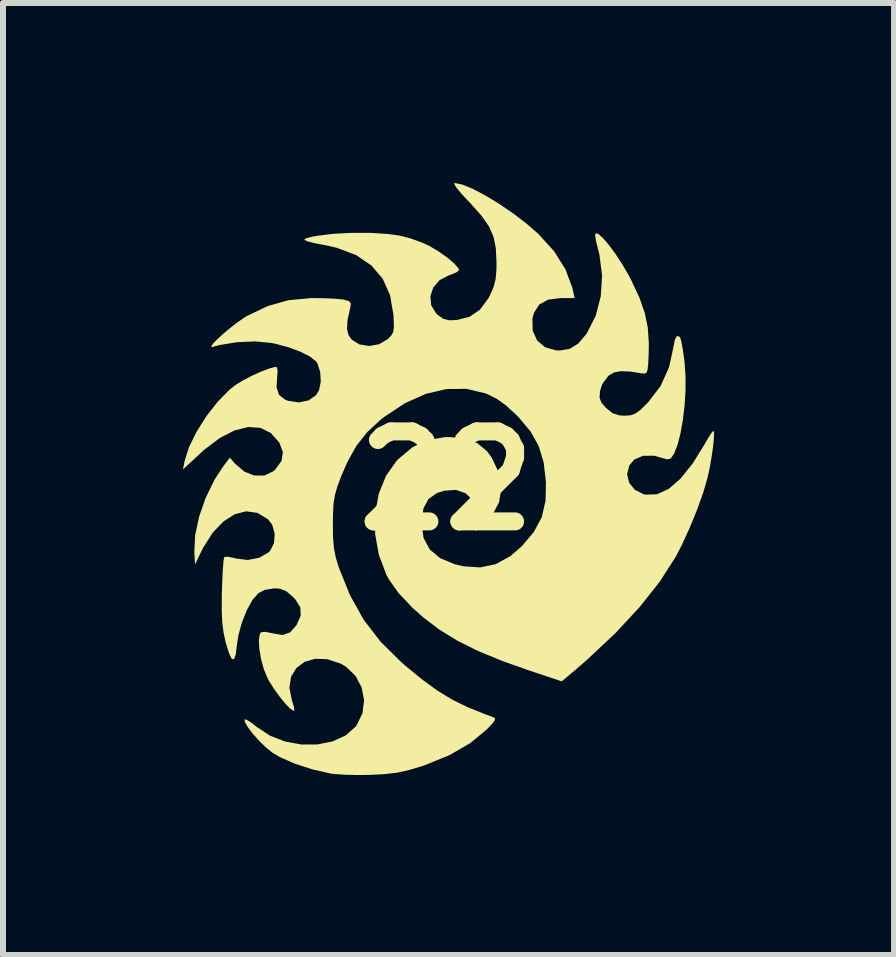
<source format=kicad_pcb>
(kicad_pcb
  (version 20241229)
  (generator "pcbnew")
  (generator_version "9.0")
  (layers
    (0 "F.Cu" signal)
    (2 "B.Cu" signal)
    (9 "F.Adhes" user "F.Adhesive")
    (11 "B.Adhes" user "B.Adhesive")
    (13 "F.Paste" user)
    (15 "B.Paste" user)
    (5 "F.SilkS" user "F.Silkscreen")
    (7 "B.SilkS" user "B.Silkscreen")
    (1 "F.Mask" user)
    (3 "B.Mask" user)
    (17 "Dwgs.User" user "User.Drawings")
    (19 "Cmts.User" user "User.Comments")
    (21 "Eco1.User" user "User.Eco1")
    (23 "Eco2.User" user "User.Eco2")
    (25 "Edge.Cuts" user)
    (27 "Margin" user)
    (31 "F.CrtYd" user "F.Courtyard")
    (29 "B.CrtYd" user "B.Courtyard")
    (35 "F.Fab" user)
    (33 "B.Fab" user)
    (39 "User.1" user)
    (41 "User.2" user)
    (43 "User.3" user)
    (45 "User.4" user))
  (footprint "22"
    (layer "F.Cu")
    (at 4.393 4.963)
    (property "Reference" "22" (at 0 0 0) (layer "F.SilkS") (effects (font (size 1.5 1.5) (thickness 0.3))))
    (attr board_only exclude_from_pos_files exclude_from_bom)
    (fp_poly (pts (xy 0.263 -4.937) (xy 0.44 -4.864) (xy 0.651 -4.753) (xy 0.88 -4.613) (xy 1.115 -4.453) (xy 1.339 -4.281) (xy 1.538 -4.107) (xy 1.795 -3.823) (xy 1.983 -3.523) (xy 2.097 -3.217) (xy 2.105 -3.18) (xy 2.134 -3.045) (xy 1.903 -3.045) (xy 1.694 -3.018) (xy 1.546 -2.937) (xy 1.457 -2.798) (xy 1.432 -2.701) (xy 1.436 -2.502) (xy 1.509 -2.34) (xy 1.641 -2.226) (xy 1.822 -2.173) (xy 1.885 -2.17) (xy 2.052 -2.198) (xy 2.193 -2.284) (xy 2.327 -2.441) (xy 2.341 -2.462) (xy 2.487 -2.749) (xy 2.571 -3.075) (xy 2.593 -3.421) (xy 2.549 -3.766) (xy 2.526 -3.855) (xy 2.493 -3.987) (xy 2.478 -4.085) (xy 2.483 -4.123) (xy 2.529 -4.115) (xy 2.606 -4.047) (xy 2.705 -3.932) (xy 2.816 -3.781) (xy 2.929 -3.608) (xy 3.036 -3.426) (xy 3.082 -3.337) (xy 3.217 -3.047) (xy 3.305 -2.794) (xy 3.355 -2.552) (xy 3.372 -2.292) (xy 3.37 -2.122) (xy 3.362 -1.952) (xy 3.351 -1.849) (xy 3.333 -1.799) (xy 3.302 -1.785) (xy 3.274 -1.787) (xy 3.06 -1.82) (xy 2.907 -1.826) (xy 2.797 -1.806) (xy 2.711 -1.758) (xy 2.695 -1.745) (xy 2.596 -1.611) (xy 2.558 -1.493) (xy 2.551 -1.383) (xy 2.583 -1.3) (xy 2.661 -1.211) (xy 2.771 -1.123) (xy 2.889 -1.088) (xy 2.966 -1.084) (xy 3.065 -1.09) (xy 3.145 -1.118) (xy 3.23 -1.179) (xy 3.342 -1.289) (xy 3.36 -1.307) (xy 3.569 -1.579) (xy 3.71 -1.894) (xy 3.778 -2.207) (xy 3.807 -2.353) (xy 3.843 -2.416) (xy 3.887 -2.396) (xy 3.898 -2.379) (xy 3.914 -2.322) (xy 3.936 -2.204) (xy 3.959 -2.046) (xy 3.967 -1.98) (xy 3.984 -1.749) (xy 3.984 -1.502) (xy 3.968 -1.25) (xy 3.939 -1.007) (xy 3.899 -0.785) (xy 3.85 -0.596) (xy 3.795 -0.454) (xy 3.736 -0.369) (xy 3.677 -0.356) (xy 3.46 -0.417) (xy 3.274 -0.415) (xy 3.129 -0.353) (xy 3.048 -0.257) (xy 3.01 -0.109) (xy 3.044 0.033) (xy 3.139 0.151) (xy 3.284 0.225) (xy 3.316 0.232) (xy 3.508 0.226) (xy 3.703 0.137) (xy 3.902 -0.036) (xy 4.106 -0.292) (xy 4.293 -0.594) (xy 4.364 -0.716) (xy 4.421 -0.803) (xy 4.45 -0.834) (xy 4.46 -0.796) (xy 4.456 -0.696) (xy 4.441 -0.551) (xy 4.416 -0.381) (xy 4.385 -0.205) (xy 4.349 -0.042) (xy 4.277 0.203) (xy 4.174 0.49) (xy 4.051 0.79) (xy 3.921 1.074) (xy 3.817 1.273) (xy 3.556 1.68) (xy 3.22 2.105) (xy 2.815 2.541) (xy 2.345 2.982) (xy 2.16 3.143) (xy 1.921 3.344) (xy 1.388 3.167) (xy 0.92 3.001) (xy 0.521 2.836) (xy 0.178 2.665) (xy -0.121 2.481) (xy -0.39 2.276) (xy -0.568 2.117) (xy -0.799 1.873) (xy -0.961 1.645) (xy -1.002 1.569) (xy -1.128 1.236) (xy -1.19 0.889) (xy -1.19 0.544) (xy -1.129 0.216) (xy -1.009 -0.082) (xy -0.83 -0.334) (xy -0.809 -0.356) (xy -0.573 -0.555) (xy -0.318 -0.676) (xy -0.03 -0.726) (xy 0.042 -0.728) (xy 0.304 -0.705) (xy 0.512 -0.628) (xy 0.676 -0.491) (xy 0.753 -0.386) (xy 0.873 -0.132) (xy 0.914 0.119) (xy 0.876 0.359) (xy 0.759 0.58) (xy 0.699 0.652) (xy 0.603 0.75) (xy 0.527 0.816) (xy 0.493 0.834) (xy 0.475 0.798) (xy 0.479 0.711) (xy 0.482 0.691) (xy 0.489 0.484) (xy 0.43 0.32) (xy 0.317 0.207) (xy 0.157 0.153) (xy -0.037 0.166) (xy -0.162 0.206) (xy -0.299 0.303) (xy -0.384 0.459) (xy -0.416 0.677) (xy -0.417 0.717) (xy -0.383 0.954) (xy -0.28 1.145) (xy -0.108 1.29) (xy 0.135 1.392) (xy 0.281 1.426) (xy 0.562 1.445) (xy 0.819 1.391) (xy 1.061 1.259) (xy 1.256 1.091) (xy 1.458 0.851) (xy 1.588 0.605) (xy 1.651 0.332) (xy 1.657 0.021) (xy 1.619 -0.305) (xy 1.537 -0.577) (xy 1.402 -0.819) (xy 1.203 -1.056) (xy 1.172 -1.088) (xy 0.995 -1.252) (xy 0.839 -1.365) (xy 0.678 -1.445) (xy 0.646 -1.457) (xy 0.332 -1.532) (xy -0.001 -1.528) (xy -0.344 -1.448) (xy -0.692 -1.293) (xy -1.038 -1.064) (xy -1.102 -1.014) (xy -1.322 -0.81) (xy -1.501 -0.583) (xy -1.653 -0.311) (xy -1.756 -0.073) (xy -1.82 0.097) (xy -1.86 0.237) (xy -1.883 0.376) (xy -1.892 0.546) (xy -1.895 0.709) (xy -1.892 0.941) (xy -1.877 1.12) (xy -1.847 1.276) (xy -1.798 1.439) (xy -1.61 1.906) (xy -1.383 2.314) (xy -1.103 2.679) (xy -0.758 3.021) (xy -0.691 3.08) (xy -0.406 3.313) (xy -0.153 3.498) (xy 0.091 3.647) (xy 0.347 3.773) (xy 0.64 3.891) (xy 0.768 3.937) (xy 0.807 3.959) (xy 0.805 3.994) (xy 0.755 4.058) (xy 0.672 4.145) (xy 0.397 4.373) (xy 0.051 4.573) (xy -0.359 4.741) (xy -0.417 4.76) (xy -0.637 4.826) (xy -0.831 4.868) (xy -1.036 4.891) (xy -1.272 4.903) (xy -1.484 4.906) (xy -1.688 4.901) (xy -1.856 4.89) (xy -1.933 4.881) (xy -2.241 4.81) (xy -2.531 4.716) (xy -2.777 4.607) (xy -2.904 4.532) (xy -3.013 4.444) (xy -3.127 4.332) (xy -3.233 4.213) (xy -3.316 4.102) (xy -3.364 4.017) (xy -3.365 3.976) (xy -3.323 3.988) (xy -3.24 4.042) (xy -3.166 4.102) (xy -2.942 4.25) (xy -2.688 4.348) (xy -2.418 4.397) (xy -2.15 4.396) (xy -1.899 4.345) (xy -1.682 4.246) (xy -1.514 4.098) (xy -1.498 4.076) (xy -1.401 3.876) (xy -1.374 3.66) (xy -1.415 3.446) (xy -1.517 3.253) (xy -1.677 3.099) (xy -1.764 3.049) (xy -1.986 2.975) (xy -2.191 2.968) (xy -2.367 3.02) (xy -2.504 3.123) (xy -2.592 3.27) (xy -2.619 3.452) (xy -2.579 3.654) (xy -2.546 3.761) (xy -2.538 3.827) (xy -2.544 3.837) (xy -2.6 3.805) (xy -2.684 3.719) (xy -2.782 3.599) (xy -2.881 3.462) (xy -2.965 3.327) (xy -2.986 3.287) (xy -3.046 3.139) (xy -3.092 2.971) (xy -3.12 2.804) (xy -3.128 2.659) (xy -3.113 2.557) (xy -3.091 2.526) (xy -3.022 2.519) (xy -2.917 2.539) (xy -2.899 2.544) (xy -2.734 2.572) (xy -2.607 2.528) (xy -2.502 2.408) (xy -2.5 2.405) (xy -2.431 2.25) (xy -2.436 2.115) (xy -2.518 1.981) (xy -2.561 1.935) (xy -2.672 1.841) (xy -2.779 1.8) (xy -2.868 1.793) (xy -3.031 1.82) (xy -3.137 1.875) (xy -3.235 1.988) (xy -3.33 2.16) (xy -3.412 2.367) (xy -3.471 2.584) (xy -3.494 2.74) (xy -3.514 2.9) (xy -3.543 2.976) (xy -3.58 2.97) (xy -3.624 2.88) (xy -3.677 2.708) (xy -3.683 2.687) (xy -3.717 2.53) (xy -3.738 2.365) (xy -3.747 2.167) (xy -3.746 1.915) (xy -3.744 1.848) (xy -3.737 1.642) (xy -3.728 1.467) (xy -3.717 1.339) (xy -3.707 1.275) (xy -3.704 1.272) (xy -3.652 1.266) (xy -3.552 1.285) (xy -3.508 1.297) (xy -3.313 1.321) (xy -3.125 1.285) (xy -2.97 1.197) (xy -2.941 1.169) (xy -2.876 1.04) (xy -2.864 0.884) (xy -2.906 0.734) (xy -2.977 0.641) (xy -3.152 0.536) (xy -3.339 0.51) (xy -3.529 0.558) (xy -3.717 0.678) (xy -3.895 0.864) (xy -4.056 1.115) (xy -4.103 1.21) (xy -4.192 1.397) (xy -4.204 1.183) (xy -4.19 0.906) (xy -4.123 0.596) (xy -4.012 0.279) (xy -3.865 -0.021) (xy -3.718 -0.245) (xy -3.611 -0.385) (xy -3.522 -0.281) (xy -3.37 -0.152) (xy -3.202 -0.086) (xy -3.035 -0.087) (xy -2.887 -0.157) (xy -2.857 -0.184) (xy -2.751 -0.329) (xy -2.728 -0.476) (xy -2.785 -0.631) (xy -2.789 -0.637) (xy -2.928 -0.795) (xy -3.102 -0.881) (xy -3.306 -0.895) (xy -3.534 -0.838) (xy -3.78 -0.712) (xy -4.039 -0.516) (xy -4.107 -0.454) (xy -4.393 -0.188) (xy -4.365 -0.331) (xy -4.292 -0.561) (xy -4.166 -0.817) (xy -4.003 -1.075) (xy -3.816 -1.315) (xy -3.622 -1.513) (xy -3.513 -1.599) (xy -3.394 -1.672) (xy -3.249 -1.747) (xy -3.099 -1.815) (xy -2.965 -1.867) (xy -2.867 -1.895) (xy -2.83 -1.894) (xy -2.816 -1.845) (xy -2.821 -1.748) (xy -2.823 -1.732) (xy -2.833 -1.553) (xy -2.791 -1.43) (xy -2.69 -1.351) (xy -2.643 -1.333) (xy -2.464 -1.305) (xy -2.301 -1.338) (xy -2.177 -1.424) (xy -2.127 -1.502) (xy -2.096 -1.649) (xy -2.106 -1.812) (xy -2.151 -1.952) (xy -2.177 -1.991) (xy -2.275 -2.069) (xy -2.433 -2.149) (xy -2.63 -2.223) (xy -2.843 -2.281) (xy -2.929 -2.298) (xy -3.193 -2.322) (xy -3.489 -2.309) (xy -3.773 -2.264) (xy -3.902 -2.23) (xy -3.925 -2.236) (xy -3.895 -2.282) (xy -3.823 -2.356) (xy -3.723 -2.448) (xy -3.605 -2.547) (xy -3.484 -2.641) (xy -3.37 -2.719) (xy -3.327 -2.746) (xy -2.979 -2.912) (xy -2.634 -3.009) (xy -2.264 -3.044) (xy -2.217 -3.045) (xy -2.031 -3.042) (xy -1.862 -3.034) (xy -1.737 -3.022) (xy -1.712 -3.018) (xy -1.621 -2.992) (xy -1.595 -2.948) (xy -1.605 -2.882) (xy -1.65 -2.678) (xy -1.659 -2.533) (xy -1.633 -2.427) (xy -1.582 -2.354) (xy -1.453 -2.272) (xy -1.291 -2.246) (xy -1.124 -2.275) (xy -0.981 -2.359) (xy -0.981 -2.359) (xy -0.921 -2.42) (xy -0.888 -2.481) (xy -0.877 -2.564) (xy -0.881 -2.697) (xy -0.885 -2.766) (xy -0.941 -3.091) (xy -1.063 -3.365) (xy -1.252 -3.588) (xy -1.506 -3.76) (xy -1.827 -3.882) (xy -2.004 -3.922) (xy -2.205 -3.961) (xy -2.326 -3.992) (xy -2.37 -4.018) (xy -2.34 -4.042) (xy -2.241 -4.067) (xy -2.153 -4.083) (xy -1.884 -4.116) (xy -1.575 -4.132) (xy -1.259 -4.131) (xy -0.968 -4.112) (xy -0.792 -4.088) (xy -0.602 -4.04) (xy -0.401 -3.967) (xy -0.289 -3.915) (xy -0.133 -3.823) (xy 0.011 -3.721) (xy 0.126 -3.624) (xy 0.196 -3.545) (xy 0.209 -3.512) (xy 0.173 -3.478) (xy 0.082 -3.438) (xy 0.042 -3.425) (xy -0.116 -3.343) (xy -0.221 -3.22) (xy -0.269 -3.074) (xy -0.255 -2.923) (xy -0.172 -2.788) (xy -0.147 -2.764) (xy -0.053 -2.698) (xy 0.045 -2.674) (xy 0.169 -2.679) (xy 0.384 -2.732) (xy 0.557 -2.851) (xy 0.698 -3.041) (xy 0.726 -3.095) (xy 0.785 -3.229) (xy 0.818 -3.357) (xy 0.832 -3.513) (xy 0.833 -3.647) (xy 0.822 -3.874) (xy 0.784 -4.064) (xy 0.709 -4.236) (xy 0.587 -4.412) (xy 0.41 -4.612) (xy 0.368 -4.655) (xy 0.246 -4.787) (xy 0.163 -4.888) (xy 0.127 -4.95) (xy 0.134 -4.963)) (stroke (width 0) (type solid)) (fill yes) (layer "F.SilkS")))
  (gr_rect
    (start -3 -3)
    (end 11.853 12.869)
    (stroke (width 0.1) (type default))
    (fill no)
    (layer "Edge.Cuts")))
</source>
